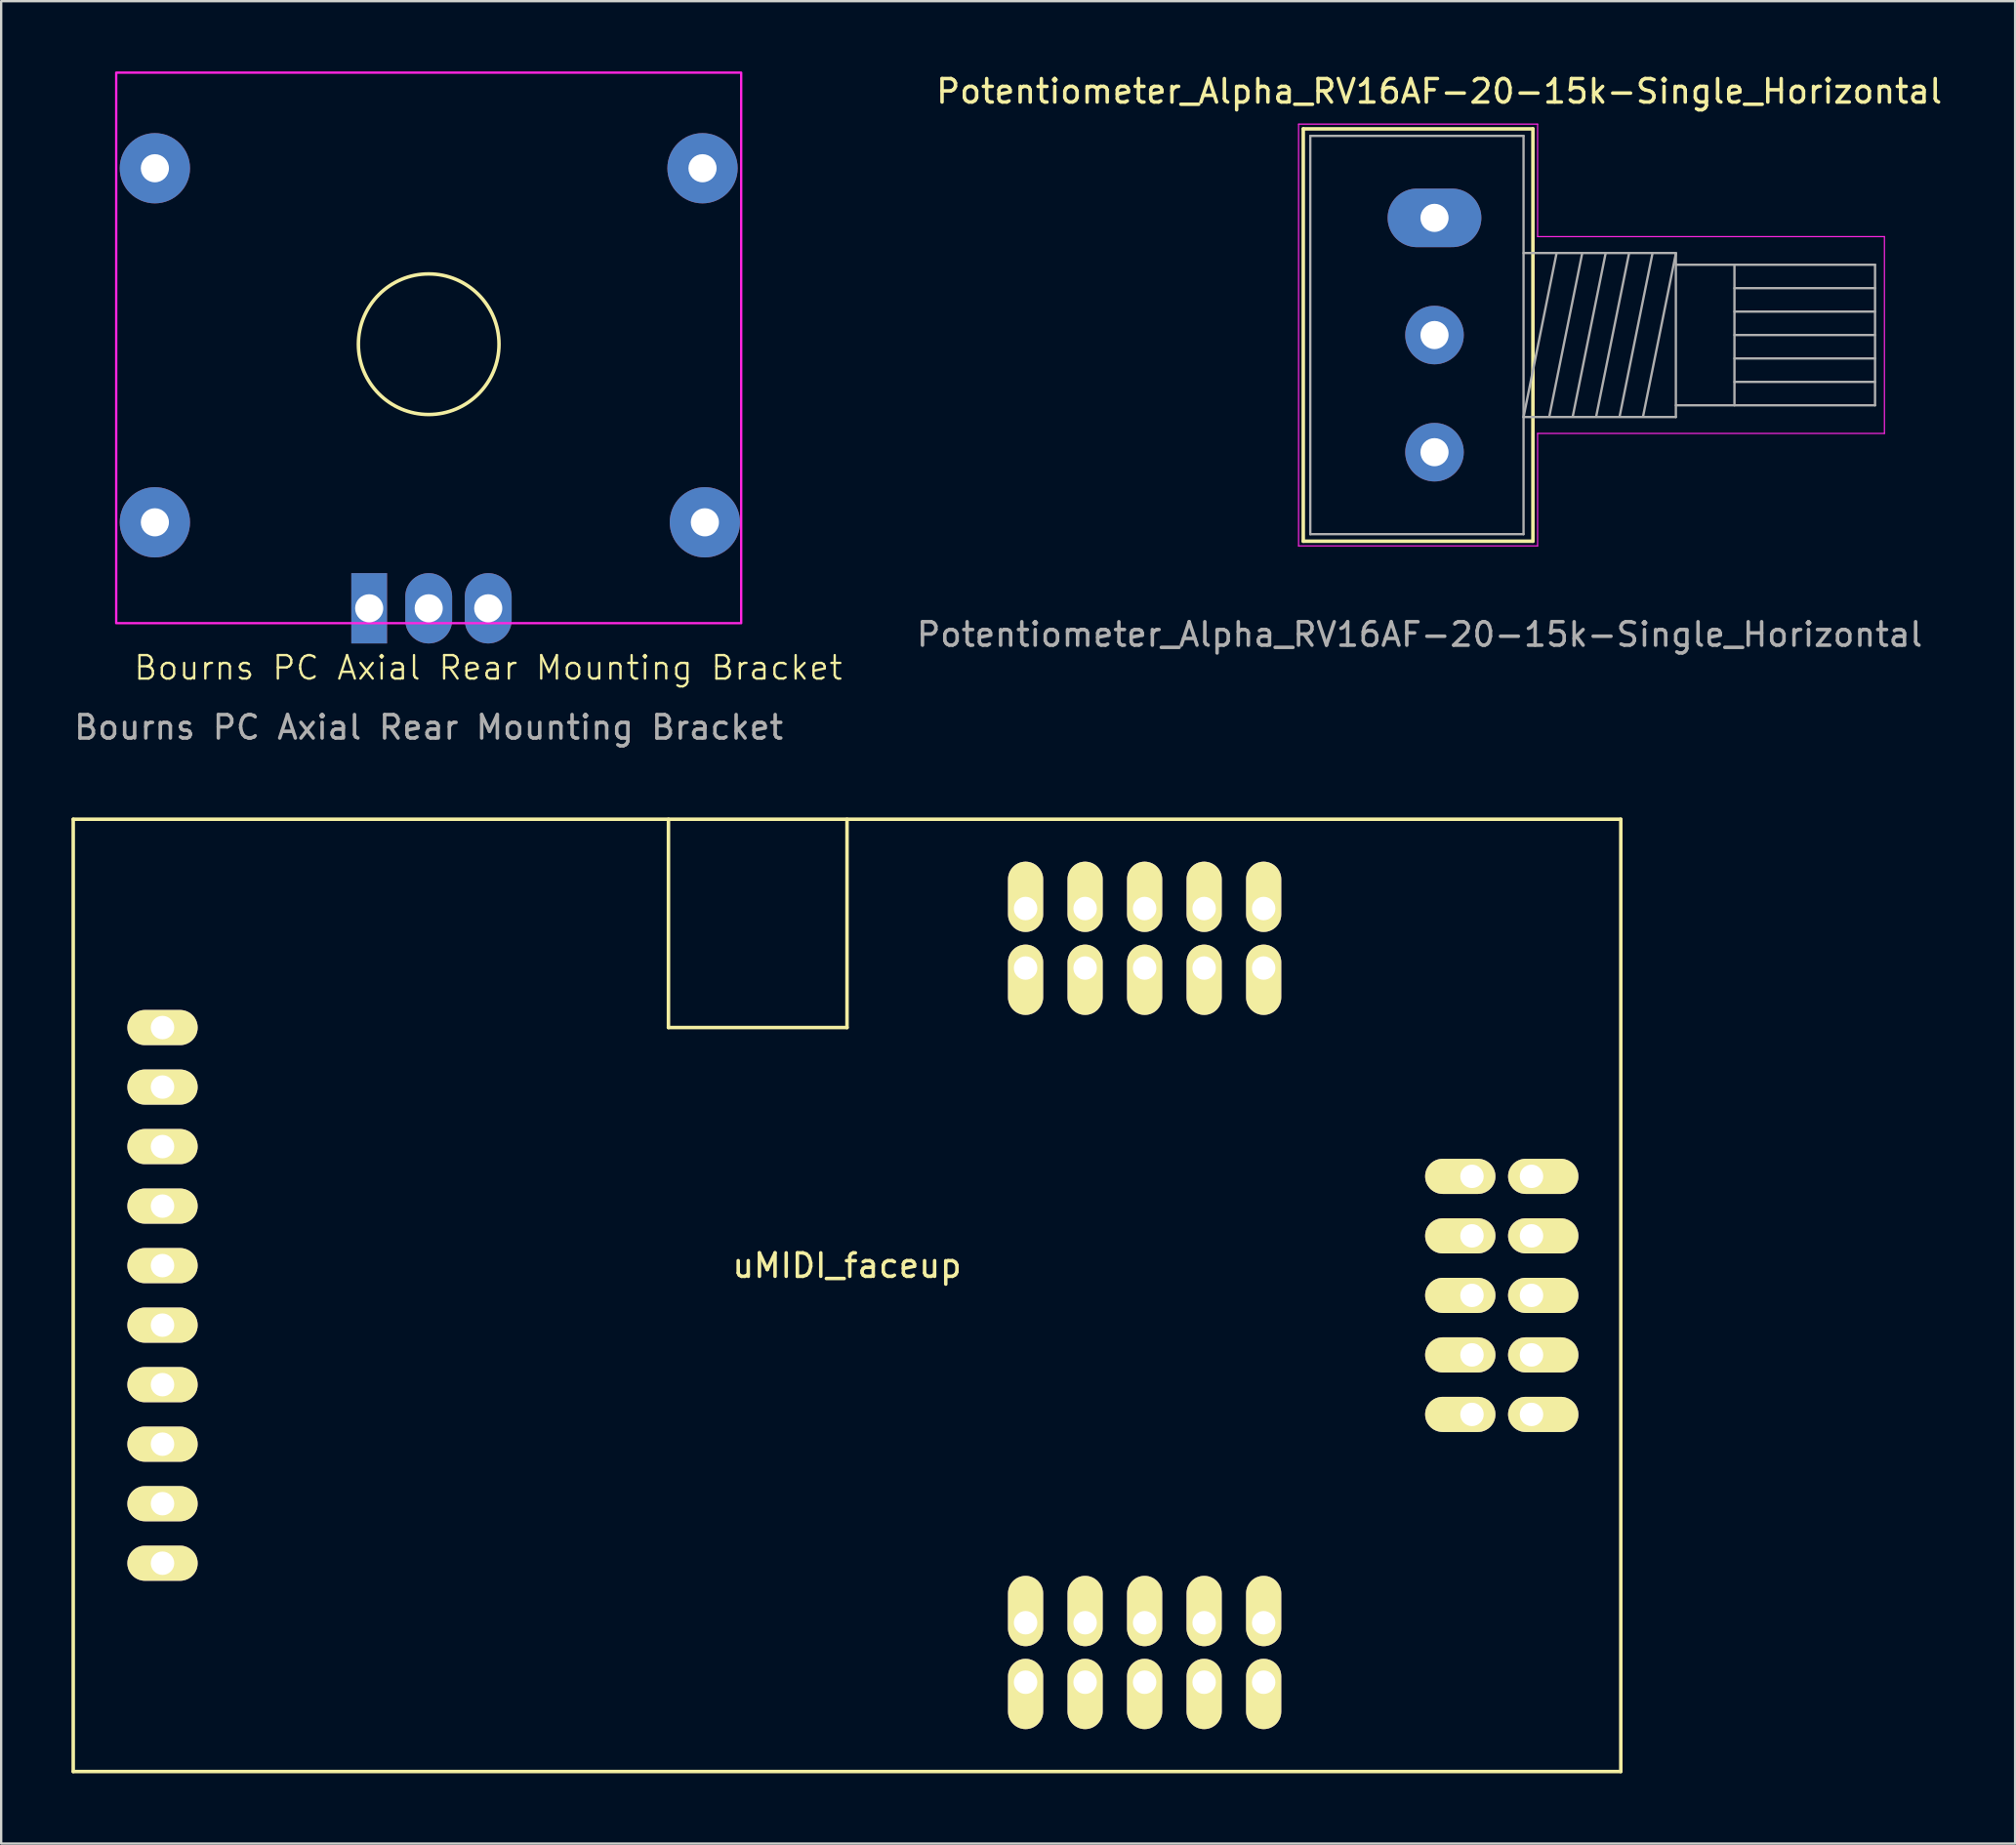
<source format=kicad_pcb>
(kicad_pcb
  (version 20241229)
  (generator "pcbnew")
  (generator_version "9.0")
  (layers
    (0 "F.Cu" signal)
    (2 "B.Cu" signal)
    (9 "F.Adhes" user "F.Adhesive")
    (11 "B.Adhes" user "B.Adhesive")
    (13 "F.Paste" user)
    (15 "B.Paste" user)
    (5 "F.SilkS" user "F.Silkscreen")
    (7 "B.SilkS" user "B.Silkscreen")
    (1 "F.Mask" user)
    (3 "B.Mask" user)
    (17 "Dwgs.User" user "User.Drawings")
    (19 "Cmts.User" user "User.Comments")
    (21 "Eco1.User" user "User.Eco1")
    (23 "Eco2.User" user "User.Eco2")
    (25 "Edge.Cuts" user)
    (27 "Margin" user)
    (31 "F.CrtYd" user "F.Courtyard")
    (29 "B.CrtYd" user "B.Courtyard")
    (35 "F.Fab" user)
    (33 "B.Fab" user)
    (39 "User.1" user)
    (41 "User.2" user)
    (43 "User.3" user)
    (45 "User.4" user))
  (footprint "Bourns PC Axial Rear Mounting Bracket"
    (layer "F.Cu")
    (at 15.244 22.91)
    (property "Reference" "Bourns PC Axial Rear Mounting Bracket" (at 2.54 2.54 0) (unlocked yes) (layer "F.SilkS") (effects (font (size 1 1) (thickness 0.1))))
    (attr through_hole)
    (fp_circle (center 0 -11.27) (end 3 -11.27) (stroke (width 0.15) (type default)) (fill no) (layer "F.SilkS"))
    (fp_rect (start -13.335 -22.86) (end 13.335 0.635) (stroke (width 0.1) (type default)) (fill no) (layer "F.CrtYd"))
    (fp_text user "${REFERENCE}" (at 0 5.08 0) (unlocked yes) (layer "F.Fab") (effects (font (size 1 1) (thickness 0.15))))
    (pad "1" thru_hole rect (at -2.54 0) (size 1.524 3) (drill 1.2) (layers "*.Cu" "*.Mask"))
    (pad "2" thru_hole oval (at 0 -0.000001) (size 2 3) (drill 1.2) (layers "*.Cu" "*.Mask"))
    (pad "3" thru_hole oval (at 2.54 0) (size 2 3) (drill 1.2) (layers "*.Cu" "*.Mask"))
    (pad "MP" thru_hole circle (at -11.685 -18.78) (size 3 3) (drill 1.2) (layers "*.Cu" "*.Mask"))
    (pad "MP" thru_hole circle (at -11.685 -3.67) (size 3 3) (drill 1.2) (layers "*.Cu" "*.Mask"))
    (pad "MP" thru_hole circle (at 11.685 -18.78) (size 3 3) (drill 1.2) (layers "*.Cu" "*.Mask"))
    (pad "MP" thru_hole circle (at 11.785 -3.67) (size 3 3) (drill 1.2) (layers "*.Cu" "*.Mask")))
  (footprint "uMIDI_faceup"
    (layer "F.Cu")
    (at 33.095 52.233)
    (property "Reference" "uMIDI_faceup" (at 0 -1.27 0) (layer "F.SilkS") (effects (font (size 1 1) (thickness 0.15))))
    (attr through_hole)
    (fp_line (start -33.02 20.32) (end -33.02 -20.32) (stroke (width 0.15) (type solid)) (layer "F.SilkS"))
    (fp_line (start -33.02 20.32) (end 33.02 20.32) (stroke (width 0.15) (type solid)) (layer "F.SilkS"))
    (fp_line (start -7.62 -20.32) (end -7.62 -11.43) (stroke (width 0.15) (type solid)) (layer "F.SilkS"))
    (fp_line (start -7.62 -11.43) (end 0 -11.43) (stroke (width 0.15) (type solid)) (layer "F.SilkS"))
    (fp_line (start 0 -20.32) (end 0 -11.43) (stroke (width 0.15) (type solid)) (layer "F.SilkS"))
    (fp_line (start 33.02 -20.32) (end -33.02 -20.32) (stroke (width 0.15) (type solid)) (layer "F.SilkS"))
    (fp_line (start 33.02 20.32) (end 33.02 -20.32) (stroke (width 0.15) (type solid)) (layer "F.SilkS"))
    (pad "1" thru_hole oval (at -29.21 -11.43) (size 3 1.5) (drill 1) (layers "*.Cu" "*.Mask" "F.SilkS"))
    (pad "2" thru_hole oval (at -29.21 -8.89) (size 3 1.5) (drill 1) (layers "*.Cu" "*.Mask" "F.SilkS"))
    (pad "3" thru_hole oval (at -29.21 -6.35) (size 3 1.5) (drill 1) (layers "*.Cu" "*.Mask" "F.SilkS"))
    (pad "4" thru_hole oval (at -29.21 -3.81) (size 3 1.5) (drill 1) (layers "*.Cu" "*.Mask" "F.SilkS"))
    (pad "5" thru_hole oval (at -29.21 -1.27) (size 3 1.5) (drill 1) (layers "*.Cu" "*.Mask" "F.SilkS"))
    (pad "6" thru_hole oval (at -29.21 1.27) (size 3 1.5) (drill 1) (layers "*.Cu" "*.Mask" "F.SilkS"))
    (pad "7" thru_hole oval (at -29.21 3.81) (size 3 1.5) (drill 1) (layers "*.Cu" "*.Mask" "F.SilkS"))
    (pad "8" thru_hole oval (at -29.21 6.35) (size 3 1.5) (drill 1) (layers "*.Cu" "*.Mask" "F.SilkS"))
    (pad "9" thru_hole oval (at -29.21 8.89) (size 3 1.5) (drill 1) (layers "*.Cu" "*.Mask" "F.SilkS"))
    (pad "10" thru_hole oval (at -29.21 11.43) (size 3 1.5) (drill 1) (layers "*.Cu" "*.Mask" "F.SilkS"))
    (pad "11" thru_hole oval (at 7.62 16.51) (size 1.5 3) (drill 1 (offset 0 0.5)) (layers "*.Cu" "*.Mask" "F.SilkS"))
    (pad "12" thru_hole oval (at 7.62 13.97) (size 1.5 3) (drill 1 (offset 0 -0.5)) (layers "*.Cu" "*.Mask" "F.SilkS"))
    (pad "13" thru_hole oval (at 10.16 16.51) (size 1.5 3) (drill 1 (offset 0 0.5)) (layers "*.Cu" "*.Mask" "F.SilkS"))
    (pad "14" thru_hole oval (at 10.16 13.97) (size 1.5 3) (drill 1 (offset 0 -0.5)) (layers "*.Cu" "*.Mask" "F.SilkS"))
    (pad "15" thru_hole oval (at 12.7 16.51) (size 1.5 3) (drill 1 (offset 0 0.5)) (layers "*.Cu" "*.Mask" "F.SilkS"))
    (pad "16" thru_hole oval (at 12.7 13.97) (size 1.5 3) (drill 1 (offset 0 -0.5)) (layers "*.Cu" "*.Mask" "F.SilkS"))
    (pad "17" thru_hole oval (at 15.24 16.51) (size 1.5 3) (drill 1 (offset 0 0.5)) (layers "*.Cu" "*.Mask" "F.SilkS"))
    (pad "18" thru_hole oval (at 15.24 13.97) (size 1.5 3) (drill 1 (offset 0 -0.5)) (layers "*.Cu" "*.Mask" "F.SilkS"))
    (pad "19" thru_hole oval (at 17.78 16.51) (size 1.5 3) (drill 1 (offset 0 0.5)) (layers "*.Cu" "*.Mask" "F.SilkS"))
    (pad "20" thru_hole oval (at 17.78 13.97) (size 1.5 3) (drill 1 (offset 0 -0.5)) (layers "*.Cu" "*.Mask" "F.SilkS"))
    (pad "21" thru_hole oval (at 29.21 5.08) (size 3 1.5) (drill 1 (offset 0.5 0)) (layers "*.Cu" "*.Mask" "F.SilkS"))
    (pad "22" thru_hole oval (at 26.67 5.08) (size 3 1.5) (drill 1 (offset -0.5 0)) (layers "*.Cu" "*.Mask" "F.SilkS"))
    (pad "23" thru_hole oval (at 29.21 2.54) (size 3 1.5) (drill 1 (offset 0.5 0)) (layers "*.Cu" "*.Mask" "F.SilkS"))
    (pad "24" thru_hole oval (at 26.67 2.54) (size 3 1.5) (drill 1 (offset -0.5 0)) (layers "*.Cu" "*.Mask" "F.SilkS"))
    (pad "25" thru_hole oval (at 29.21 0) (size 3 1.5) (drill 1 (offset 0.5 0)) (layers "*.Cu" "*.Mask" "F.SilkS"))
    (pad "26" thru_hole oval (at 26.67 0) (size 3 1.5) (drill 1 (offset -0.5 0)) (layers "*.Cu" "*.Mask" "F.SilkS"))
    (pad "27" thru_hole oval (at 29.21 -2.54) (size 3 1.5) (drill 1 (offset 0.5 0)) (layers "*.Cu" "*.Mask" "F.SilkS"))
    (pad "28" thru_hole oval (at 26.67 -2.54) (size 3 1.5) (drill 1 (offset -0.5 0)) (layers "*.Cu" "*.Mask" "F.SilkS"))
    (pad "29" thru_hole oval (at 29.21 -5.08) (size 3 1.5) (drill 1 (offset 0.5 0)) (layers "*.Cu" "*.Mask" "F.SilkS"))
    (pad "30" thru_hole oval (at 26.67 -5.08) (size 3 1.5) (drill 1 (offset -0.5 0)) (layers "*.Cu" "*.Mask" "F.SilkS"))
    (pad "31" thru_hole oval (at 17.78 -16.51) (size 1.5 3) (drill 1 (offset 0 -0.5)) (layers "*.Cu" "*.Mask" "F.SilkS"))
    (pad "32" thru_hole oval (at 17.78 -13.97) (size 1.5 3) (drill 1 (offset 0 0.5)) (layers "*.Cu" "*.Mask" "F.SilkS"))
    (pad "33" thru_hole oval (at 15.24 -16.51) (size 1.5 3) (drill 1 (offset 0 -0.5)) (layers "*.Cu" "*.Mask" "F.SilkS"))
    (pad "34" thru_hole oval (at 15.24 -13.97) (size 1.5 3) (drill 1 (offset 0 0.5)) (layers "*.Cu" "*.Mask" "F.SilkS"))
    (pad "35" thru_hole oval (at 12.7 -16.51) (size 1.5 3) (drill 1 (offset 0 -0.5)) (layers "*.Cu" "*.Mask" "F.SilkS"))
    (pad "36" thru_hole oval (at 12.7 -13.97) (size 1.5 3) (drill 1 (offset 0 0.5)) (layers "*.Cu" "*.Mask" "F.SilkS"))
    (pad "37" thru_hole oval (at 10.16 -16.51) (size 1.5 3) (drill 1 (offset 0 -0.5)) (layers "*.Cu" "*.Mask" "F.SilkS"))
    (pad "38" thru_hole oval (at 10.16 -13.97) (size 1.5 3) (drill 1 (offset 0 0.5)) (layers "*.Cu" "*.Mask" "F.SilkS"))
    (pad "39" thru_hole oval (at 7.62 -16.51) (size 1.5 3) (drill 1 (offset 0 -0.5)) (layers "*.Cu" "*.Mask" "F.SilkS"))
    (pad "40" thru_hole oval (at 7.62 -13.97) (size 1.5 3) (drill 1 (offset 0 0.5)) (layers "*.Cu" "*.Mask" "F.SilkS")))
  (footprint "Potentiometer_Alpha_RV16AF-20-15k-Single_Horizontal"
    (layer "F.Cu")
    (at 58.165 6.248)
    (property "Reference" "Potentiometer_Alpha_RV16AF-20-15k-Single_Horizontal" (at 0.2 -5.4 180) (layer "F.SilkS") (effects (font (size 1 1) (thickness 0.15))))
    (attr through_hole)
    (fp_line (start -5.6 13.8) (end -5.6 -3.8) (stroke (width 0.15) (type solid)) (layer "F.SilkS"))
    (fp_line (start 4.2 -3.8) (end -5.6 -3.8) (stroke (width 0.15) (type solid)) (layer "F.SilkS"))
    (fp_line (start 4.2 13.8) (end -5.6 13.8) (stroke (width 0.15) (type solid)) (layer "F.SilkS"))
    (fp_line (start 4.2 13.8) (end 4.2 -3.8) (stroke (width 0.15) (type solid)) (layer "F.SilkS"))
    (fp_line (start -5.8 -4) (end -5.8 14) (stroke (width 0.05) (type solid)) (layer "F.CrtYd"))
    (fp_line (start -5.8 14) (end 4.4 14) (stroke (width 0.05) (type solid)) (layer "F.CrtYd"))
    (fp_line (start 4.4 -4) (end -5.8 -4) (stroke (width 0.05) (type solid)) (layer "F.CrtYd"))
    (fp_line (start 4.4 0.8) (end 4.4 -4) (stroke (width 0.05) (type solid)) (layer "F.CrtYd"))
    (fp_line (start 4.4 14) (end 4.4 9.2) (stroke (width 0.05) (type solid)) (layer "F.CrtYd"))
    (fp_line (start 19.2 0.8) (end 4.4 0.8) (stroke (width 0.05) (type solid)) (layer "F.CrtYd"))
    (fp_line (start 19.2 0.8) (end 19.2 9.2) (stroke (width 0.05) (type solid)) (layer "F.CrtYd"))
    (fp_line (start 19.2 9.2) (end 4.4 9.2) (stroke (width 0.05) (type solid)) (layer "F.CrtYd"))
    (fp_line (start -5.3 13.5) (end -5.3 -3.5) (stroke (width 0.1) (type solid)) (layer "F.Fab"))
    (fp_line (start 3.8 -3.5) (end -5.3 -3.5) (stroke (width 0.1) (type solid)) (layer "F.Fab"))
    (fp_line (start 3.8 13.5) (end -5.3 13.5) (stroke (width 0.1) (type solid)) (layer "F.Fab"))
    (fp_line (start 3.8 13.5) (end 3.8 -3.5) (stroke (width 0.1) (type solid)) (layer "F.Fab"))
    (fp_line (start 5.2 1.55) (end 3.8 8.5) (stroke (width 0.1) (type solid)) (layer "F.Fab"))
    (fp_line (start 6.3 1.525) (end 4.9 8.475) (stroke (width 0.1) (type solid)) (layer "F.Fab"))
    (fp_line (start 7.3 1.525) (end 5.9 8.475) (stroke (width 0.1) (type solid)) (layer "F.Fab"))
    (fp_line (start 8.3 1.525) (end 6.9 8.475) (stroke (width 0.1) (type solid)) (layer "F.Fab"))
    (fp_line (start 9.3 1.525) (end 7.9 8.475) (stroke (width 0.1) (type solid)) (layer "F.Fab"))
    (fp_line (start 10.3 1.5) (end 3.8 1.5) (stroke (width 0.1) (type solid)) (layer "F.Fab"))
    (fp_line (start 10.3 1.5) (end 10.3 8.5) (stroke (width 0.1) (type solid)) (layer "F.Fab"))
    (fp_line (start 10.3 1.525) (end 8.9 8.475) (stroke (width 0.1) (type solid)) (layer "F.Fab"))
    (fp_line (start 10.3 8.5) (end 3.8 8.5) (stroke (width 0.1) (type solid)) (layer "F.Fab"))
    (fp_line (start 12.8 8) (end 12.8 2) (stroke (width 0.1) (type solid)) (layer "F.Fab"))
    (fp_line (start 18.8 2) (end 10.3 2) (stroke (width 0.1) (type solid)) (layer "F.Fab"))
    (fp_line (start 18.8 3) (end 12.8 3) (stroke (width 0.1) (type solid)) (layer "F.Fab"))
    (fp_line (start 18.8 4) (end 12.8 4) (stroke (width 0.1) (type solid)) (layer "F.Fab"))
    (fp_line (start 18.8 5) (end 12.8 5) (stroke (width 0.1) (type solid)) (layer "F.Fab"))
    (fp_line (start 18.8 6) (end 12.8 6) (stroke (width 0.1) (type solid)) (layer "F.Fab"))
    (fp_line (start 18.8 7) (end 12.8 7) (stroke (width 0.1) (type solid)) (layer "F.Fab"))
    (fp_line (start 18.8 8) (end 10.3 8) (stroke (width 0.1) (type solid)) (layer "F.Fab"))
    (fp_line (start 18.8 8) (end 18.8 2) (stroke (width 0.1) (type solid)) (layer "F.Fab"))
    (fp_text user "${REFERENCE}" (at -0.635 17.78 0) (layer "F.Fab") (effects (font (size 1 1) (thickness 0.15))))
    (pad "1" thru_hole oval (at 0 0 90) (size 2.5 4) (drill 1.2) (layers "*.Cu" "*.Mask"))
    (pad "2" thru_hole circle (at 0 5 90) (size 2.5 2.5) (drill 1.2) (layers "*.Cu" "*.Mask"))
    (pad "3" thru_hole circle (at 0 10 90) (size 2.5 2.5) (drill 1.2) (layers "*.Cu" "*.Mask")))
  (gr_rect
    (start -3 -3)
    (end 82.943 75.628)
    (stroke (width 0.1) (type default))
    (fill no)
    (layer "Edge.Cuts")))
</source>
